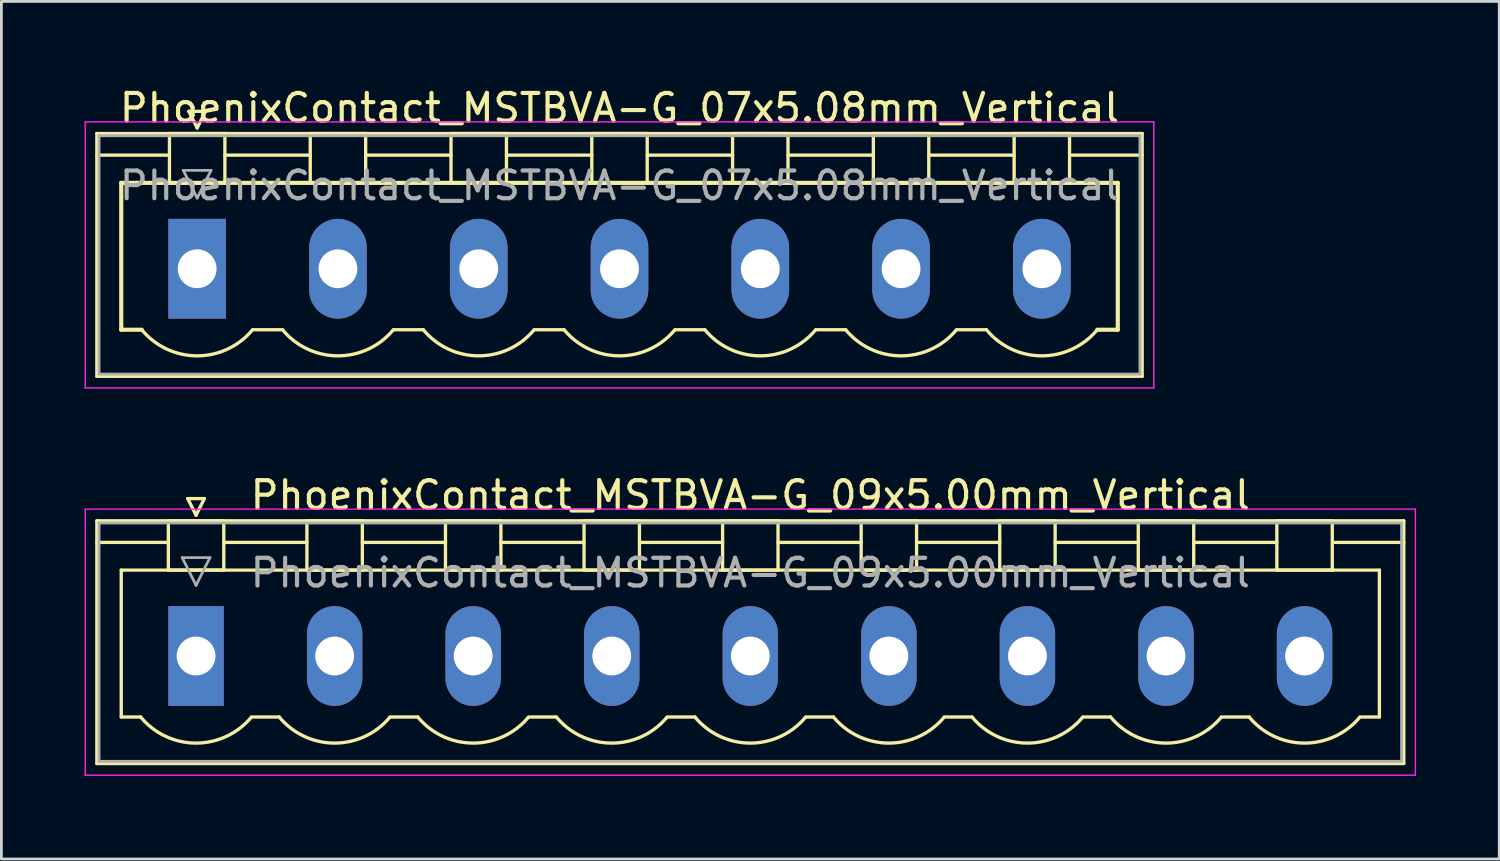
<source format=kicad_pcb>
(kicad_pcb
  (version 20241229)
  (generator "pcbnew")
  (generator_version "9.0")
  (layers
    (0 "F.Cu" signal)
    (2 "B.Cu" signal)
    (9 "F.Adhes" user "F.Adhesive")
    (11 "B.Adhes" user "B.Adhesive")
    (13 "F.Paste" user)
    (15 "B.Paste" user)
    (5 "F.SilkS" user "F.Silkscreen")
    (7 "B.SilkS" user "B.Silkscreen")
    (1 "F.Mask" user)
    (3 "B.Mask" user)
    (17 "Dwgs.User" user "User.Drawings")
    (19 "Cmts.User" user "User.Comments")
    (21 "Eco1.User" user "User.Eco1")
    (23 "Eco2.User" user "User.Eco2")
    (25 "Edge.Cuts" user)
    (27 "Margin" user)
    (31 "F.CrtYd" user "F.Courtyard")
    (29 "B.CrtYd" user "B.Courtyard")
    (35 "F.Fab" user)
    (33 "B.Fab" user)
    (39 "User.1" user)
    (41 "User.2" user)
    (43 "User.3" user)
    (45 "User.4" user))
  (footprint "PhoenixContact_MSTBVA-G_09x5.00mm_Vertical"
    (layer "F.Cu")
    (at 4.025 20.622)
    (property "Reference" "PhoenixContact_MSTBVA-G_09x5.00mm_Vertical" (at 20 -5.8 0) (layer "F.SilkS") (effects (font (size 1 1) (thickness 0.15))))
    (attr through_hole)
    (fp_line (start -3.58 -4.88) (end -3.58 3.88) (stroke (width 0.12) (type solid)) (layer "F.SilkS"))
    (fp_line (start -3.58 -4.1) (end -1.08 -4.1) (stroke (width 0.12) (type solid)) (layer "F.SilkS"))
    (fp_line (start -3.58 3.88) (end 43.58 3.88) (stroke (width 0.12) (type solid)) (layer "F.SilkS"))
    (fp_line (start -2.7 -3.1) (end 42.7 -3.1) (stroke (width 0.12) (type solid)) (layer "F.SilkS"))
    (fp_line (start -2.7 2.2) (end -2.7 -3.1) (stroke (width 0.12) (type solid)) (layer "F.SilkS"))
    (fp_line (start -2 2.2) (end -2.7 2.2) (stroke (width 0.12) (type solid)) (layer "F.SilkS"))
    (fp_line (start -1 -4.88) (end 1 -4.88) (stroke (width 0.12) (type solid)) (layer "F.SilkS"))
    (fp_line (start -1 -3.1) (end -1 -4.88) (stroke (width 0.12) (type solid)) (layer "F.SilkS"))
    (fp_line (start -0.3 -5.68) (end 0.3 -5.68) (stroke (width 0.12) (type solid)) (layer "F.SilkS"))
    (fp_line (start 0 -5.08) (end -0.3 -5.68) (stroke (width 0.12) (type solid)) (layer "F.SilkS"))
    (fp_line (start 0.3 -5.68) (end 0 -5.08) (stroke (width 0.12) (type solid)) (layer "F.SilkS"))
    (fp_line (start 1 -4.88) (end 1 -3.1) (stroke (width 0.12) (type solid)) (layer "F.SilkS"))
    (fp_line (start 1 -4.1) (end 4 -4.1) (stroke (width 0.12) (type solid)) (layer "F.SilkS"))
    (fp_line (start 1 -3.1) (end -1 -3.1) (stroke (width 0.12) (type solid)) (layer "F.SilkS"))
    (fp_line (start 2 2.2) (end 3 2.2) (stroke (width 0.12) (type solid)) (layer "F.SilkS"))
    (fp_line (start 4 -4.88) (end 6 -4.88) (stroke (width 0.12) (type solid)) (layer "F.SilkS"))
    (fp_line (start 4 -3.1) (end 4 -4.88) (stroke (width 0.12) (type solid)) (layer "F.SilkS"))
    (fp_line (start 6 -4.88) (end 6 -3.1) (stroke (width 0.12) (type solid)) (layer "F.SilkS"))
    (fp_line (start 6 -4.1) (end 9 -4.1) (stroke (width 0.12) (type solid)) (layer "F.SilkS"))
    (fp_line (start 6 -3.1) (end 4 -3.1) (stroke (width 0.12) (type solid)) (layer "F.SilkS"))
    (fp_line (start 7 2.2) (end 8 2.2) (stroke (width 0.12) (type solid)) (layer "F.SilkS"))
    (fp_line (start 9 -4.88) (end 11 -4.88) (stroke (width 0.12) (type solid)) (layer "F.SilkS"))
    (fp_line (start 9 -3.1) (end 9 -4.88) (stroke (width 0.12) (type solid)) (layer "F.SilkS"))
    (fp_line (start 11 -4.88) (end 11 -3.1) (stroke (width 0.12) (type solid)) (layer "F.SilkS"))
    (fp_line (start 11 -4.1) (end 14 -4.1) (stroke (width 0.12) (type solid)) (layer "F.SilkS"))
    (fp_line (start 11 -3.1) (end 9 -3.1) (stroke (width 0.12) (type solid)) (layer "F.SilkS"))
    (fp_line (start 12 2.2) (end 13 2.2) (stroke (width 0.12) (type solid)) (layer "F.SilkS"))
    (fp_line (start 14 -4.88) (end 16 -4.88) (stroke (width 0.12) (type solid)) (layer "F.SilkS"))
    (fp_line (start 14 -3.1) (end 14 -4.88) (stroke (width 0.12) (type solid)) (layer "F.SilkS"))
    (fp_line (start 16 -4.88) (end 16 -3.1) (stroke (width 0.12) (type solid)) (layer "F.SilkS"))
    (fp_line (start 16 -4.1) (end 19 -4.1) (stroke (width 0.12) (type solid)) (layer "F.SilkS"))
    (fp_line (start 16 -3.1) (end 14 -3.1) (stroke (width 0.12) (type solid)) (layer "F.SilkS"))
    (fp_line (start 17 2.2) (end 18 2.2) (stroke (width 0.12) (type solid)) (layer "F.SilkS"))
    (fp_line (start 19 -4.88) (end 21 -4.88) (stroke (width 0.12) (type solid)) (layer "F.SilkS"))
    (fp_line (start 19 -3.1) (end 19 -4.88) (stroke (width 0.12) (type solid)) (layer "F.SilkS"))
    (fp_line (start 21 -4.88) (end 21 -3.1) (stroke (width 0.12) (type solid)) (layer "F.SilkS"))
    (fp_line (start 21 -4.1) (end 24 -4.1) (stroke (width 0.12) (type solid)) (layer "F.SilkS"))
    (fp_line (start 21 -3.1) (end 19 -3.1) (stroke (width 0.12) (type solid)) (layer "F.SilkS"))
    (fp_line (start 22 2.2) (end 23 2.2) (stroke (width 0.12) (type solid)) (layer "F.SilkS"))
    (fp_line (start 24 -4.88) (end 26 -4.88) (stroke (width 0.12) (type solid)) (layer "F.SilkS"))
    (fp_line (start 24 -3.1) (end 24 -4.88) (stroke (width 0.12) (type solid)) (layer "F.SilkS"))
    (fp_line (start 26 -4.88) (end 26 -3.1) (stroke (width 0.12) (type solid)) (layer "F.SilkS"))
    (fp_line (start 26 -4.1) (end 29 -4.1) (stroke (width 0.12) (type solid)) (layer "F.SilkS"))
    (fp_line (start 26 -3.1) (end 24 -3.1) (stroke (width 0.12) (type solid)) (layer "F.SilkS"))
    (fp_line (start 27 2.2) (end 28 2.2) (stroke (width 0.12) (type solid)) (layer "F.SilkS"))
    (fp_line (start 29 -4.88) (end 31 -4.88) (stroke (width 0.12) (type solid)) (layer "F.SilkS"))
    (fp_line (start 29 -3.1) (end 29 -4.88) (stroke (width 0.12) (type solid)) (layer "F.SilkS"))
    (fp_line (start 31 -4.88) (end 31 -3.1) (stroke (width 0.12) (type solid)) (layer "F.SilkS"))
    (fp_line (start 31 -4.1) (end 34 -4.1) (stroke (width 0.12) (type solid)) (layer "F.SilkS"))
    (fp_line (start 31 -3.1) (end 29 -3.1) (stroke (width 0.12) (type solid)) (layer "F.SilkS"))
    (fp_line (start 32 2.2) (end 33 2.2) (stroke (width 0.12) (type solid)) (layer "F.SilkS"))
    (fp_line (start 34 -4.88) (end 36 -4.88) (stroke (width 0.12) (type solid)) (layer "F.SilkS"))
    (fp_line (start 34 -3.1) (end 34 -4.88) (stroke (width 0.12) (type solid)) (layer "F.SilkS"))
    (fp_line (start 36 -4.88) (end 36 -3.1) (stroke (width 0.12) (type solid)) (layer "F.SilkS"))
    (fp_line (start 36 -4.1) (end 39 -4.1) (stroke (width 0.12) (type solid)) (layer "F.SilkS"))
    (fp_line (start 36 -3.1) (end 34 -3.1) (stroke (width 0.12) (type solid)) (layer "F.SilkS"))
    (fp_line (start 37 2.2) (end 38 2.2) (stroke (width 0.12) (type solid)) (layer "F.SilkS"))
    (fp_line (start 39 -4.88) (end 41 -4.88) (stroke (width 0.12) (type solid)) (layer "F.SilkS"))
    (fp_line (start 39 -3.1) (end 39 -4.88) (stroke (width 0.12) (type solid)) (layer "F.SilkS"))
    (fp_line (start 41 -4.88) (end 41 -3.1) (stroke (width 0.12) (type solid)) (layer "F.SilkS"))
    (fp_line (start 41 -3.1) (end 39 -3.1) (stroke (width 0.12) (type solid)) (layer "F.SilkS"))
    (fp_line (start 42.7 -3.1) (end 42.7 2.2) (stroke (width 0.12) (type solid)) (layer "F.SilkS"))
    (fp_line (start 42.7 2.2) (end 42 2.2) (stroke (width 0.12) (type solid)) (layer "F.SilkS"))
    (fp_line (start 43.58 -4.88) (end -3.58 -4.88) (stroke (width 0.12) (type solid)) (layer "F.SilkS"))
    (fp_line (start 43.58 -4.1) (end 41.08 -4.1) (stroke (width 0.12) (type solid)) (layer "F.SilkS"))
    (fp_line (start 43.58 3.88) (end 43.58 -4.88) (stroke (width 0.12) (type solid)) (layer "F.SilkS"))
    (fp_arc (start 1.986842 2.215821) (mid -0.010289 3.142758) (end -2 2.2) (stroke (width 0.12) (type solid)) (layer "F.SilkS"))
    (fp_arc (start 6.986842 2.215821) (mid 4.989711 3.142758) (end 3 2.2) (stroke (width 0.12) (type solid)) (layer "F.SilkS"))
    (fp_arc (start 11.986842 2.215821) (mid 9.989711 3.142758) (end 8 2.2) (stroke (width 0.12) (type solid)) (layer "F.SilkS"))
    (fp_arc (start 16.986842 2.215821) (mid 14.989711 3.142758) (end 13 2.2) (stroke (width 0.12) (type solid)) (layer "F.SilkS"))
    (fp_arc (start 21.986842 2.215821) (mid 19.989711 3.142758) (end 18 2.2) (stroke (width 0.12) (type solid)) (layer "F.SilkS"))
    (fp_arc (start 26.986842 2.215821) (mid 24.989711 3.142758) (end 23 2.2) (stroke (width 0.12) (type solid)) (layer "F.SilkS"))
    (fp_arc (start 31.986842 2.215821) (mid 29.989711 3.142758) (end 28 2.2) (stroke (width 0.12) (type solid)) (layer "F.SilkS"))
    (fp_arc (start 36.986842 2.215821) (mid 34.989711 3.142758) (end 33 2.2) (stroke (width 0.12) (type solid)) (layer "F.SilkS"))
    (fp_arc (start 41.986842 2.215821) (mid 39.989711 3.142758) (end 38 2.2) (stroke (width 0.12) (type solid)) (layer "F.SilkS"))
    (fp_line (start -4 -5.3) (end -4 4.3) (stroke (width 0.05) (type solid)) (layer "F.CrtYd"))
    (fp_line (start -4 4.3) (end 44 4.3) (stroke (width 0.05) (type solid)) (layer "F.CrtYd"))
    (fp_line (start 44 -5.3) (end -4 -5.3) (stroke (width 0.05) (type solid)) (layer "F.CrtYd"))
    (fp_line (start 44 4.3) (end 44 -5.3) (stroke (width 0.05) (type solid)) (layer "F.CrtYd"))
    (fp_line (start -3.5 -4.8) (end -3.5 3.8) (stroke (width 0.1) (type solid)) (layer "F.Fab"))
    (fp_line (start -3.5 3.8) (end 43.5 3.8) (stroke (width 0.1) (type solid)) (layer "F.Fab"))
    (fp_line (start -0.5 -3.55) (end 0.5 -3.55) (stroke (width 0.1) (type solid)) (layer "F.Fab"))
    (fp_line (start 0 -2.55) (end -0.5 -3.55) (stroke (width 0.1) (type solid)) (layer "F.Fab"))
    (fp_line (start 0.5 -3.55) (end 0 -2.55) (stroke (width 0.1) (type solid)) (layer "F.Fab"))
    (fp_line (start 43.5 -4.8) (end -3.5 -4.8) (stroke (width 0.1) (type solid)) (layer "F.Fab"))
    (fp_line (start 43.5 3.8) (end 43.5 -4.8) (stroke (width 0.1) (type solid)) (layer "F.Fab"))
    (fp_text user "${REFERENCE}" (at 20 -3 0) (layer "F.Fab") (effects (font (size 1 1) (thickness 0.15))))
    (pad "1" thru_hole rect (at 0 0) (size 2 3.6) (drill 1.4) (layers "*.Cu" "*.Mask"))
    (pad "2" thru_hole oval (at 5 0) (size 2 3.6) (drill 1.4) (layers "*.Cu" "*.Mask"))
    (pad "3" thru_hole oval (at 10 0) (size 2 3.6) (drill 1.4) (layers "*.Cu" "*.Mask"))
    (pad "4" thru_hole oval (at 15 0) (size 2 3.6) (drill 1.4) (layers "*.Cu" "*.Mask"))
    (pad "5" thru_hole oval (at 20 0) (size 2 3.6) (drill 1.4) (layers "*.Cu" "*.Mask"))
    (pad "6" thru_hole oval (at 25 0) (size 2 3.6) (drill 1.4) (layers "*.Cu" "*.Mask"))
    (pad "7" thru_hole oval (at 30 0) (size 2 3.6) (drill 1.4) (layers "*.Cu" "*.Mask"))
    (pad "8" thru_hole oval (at 35 0) (size 2 3.6) (drill 1.4) (layers "*.Cu" "*.Mask"))
    (pad "9" thru_hole oval (at 40 0) (size 2 3.6) (drill 1.4) (layers "*.Cu" "*.Mask")))
  (footprint "PhoenixContact_MSTBVA-G_07x5.08mm_Vertical"
    (layer "F.Cu")
    (at 4.065 6.648)
    (property "Reference" "PhoenixContact_MSTBVA-G_07x5.08mm_Vertical" (at 15.24 -5.8 0) (layer "F.SilkS") (effects (font (size 1 1) (thickness 0.15))))
    (attr through_hole)
    (fp_line (start -3.62 -4.88) (end -3.62 3.88) (stroke (width 0.12) (type solid)) (layer "F.SilkS"))
    (fp_line (start -3.62 -4.1) (end -1.08 -4.1) (stroke (width 0.12) (type solid)) (layer "F.SilkS"))
    (fp_line (start -3.62 3.88) (end 34.1 3.88) (stroke (width 0.12) (type solid)) (layer "F.SilkS"))
    (fp_line (start -2.74 -3.1) (end 33.22 -3.1) (stroke (width 0.15) (type solid)) (layer "F.SilkS"))
    (fp_line (start -2.74 2.2) (end -2.74 -3.1) (stroke (width 0.15) (type solid)) (layer "F.SilkS"))
    (fp_line (start -2 2.2) (end -2.74 2.2) (stroke (width 0.15) (type solid)) (layer "F.SilkS"))
    (fp_line (start -1 -4.88) (end 1 -4.88) (stroke (width 0.12) (type solid)) (layer "F.SilkS"))
    (fp_line (start -1 -3.1) (end -1 -4.88) (stroke (width 0.12) (type solid)) (layer "F.SilkS"))
    (fp_line (start -0.3 -5.68) (end 0.3 -5.68) (stroke (width 0.12) (type solid)) (layer "F.SilkS"))
    (fp_line (start 0 -5.08) (end -0.3 -5.68) (stroke (width 0.12) (type solid)) (layer "F.SilkS"))
    (fp_line (start 0.3 -5.68) (end 0 -5.08) (stroke (width 0.12) (type solid)) (layer "F.SilkS"))
    (fp_line (start 1 -4.88) (end 1 -3.1) (stroke (width 0.12) (type solid)) (layer "F.SilkS"))
    (fp_line (start 1 -4.1) (end 4.08 -4.1) (stroke (width 0.12) (type solid)) (layer "F.SilkS"))
    (fp_line (start 1 -3.1) (end -1 -3.1) (stroke (width 0.12) (type solid)) (layer "F.SilkS"))
    (fp_line (start 2 2.2) (end 3.08 2.2) (stroke (width 0.12) (type solid)) (layer "F.SilkS"))
    (fp_line (start 4.08 -4.88) (end 6.08 -4.88) (stroke (width 0.12) (type solid)) (layer "F.SilkS"))
    (fp_line (start 4.08 -3.1) (end 4.08 -4.88) (stroke (width 0.12) (type solid)) (layer "F.SilkS"))
    (fp_line (start 6.08 -4.88) (end 6.08 -3.1) (stroke (width 0.12) (type solid)) (layer "F.SilkS"))
    (fp_line (start 6.08 -4.1) (end 9.16 -4.1) (stroke (width 0.12) (type solid)) (layer "F.SilkS"))
    (fp_line (start 6.08 -3.1) (end 4.08 -3.1) (stroke (width 0.12) (type solid)) (layer "F.SilkS"))
    (fp_line (start 7.08 2.2) (end 8.16 2.2) (stroke (width 0.12) (type solid)) (layer "F.SilkS"))
    (fp_line (start 9.16 -4.88) (end 11.16 -4.88) (stroke (width 0.12) (type solid)) (layer "F.SilkS"))
    (fp_line (start 9.16 -3.1) (end 9.16 -4.88) (stroke (width 0.12) (type solid)) (layer "F.SilkS"))
    (fp_line (start 11.16 -4.88) (end 11.16 -3.1) (stroke (width 0.12) (type solid)) (layer "F.SilkS"))
    (fp_line (start 11.16 -4.1) (end 14.24 -4.1) (stroke (width 0.12) (type solid)) (layer "F.SilkS"))
    (fp_line (start 11.16 -3.1) (end 9.16 -3.1) (stroke (width 0.12) (type solid)) (layer "F.SilkS"))
    (fp_line (start 12.16 2.2) (end 13.24 2.2) (stroke (width 0.12) (type solid)) (layer "F.SilkS"))
    (fp_line (start 14.24 -4.88) (end 16.24 -4.88) (stroke (width 0.12) (type solid)) (layer "F.SilkS"))
    (fp_line (start 14.24 -3.1) (end 14.24 -4.88) (stroke (width 0.12) (type solid)) (layer "F.SilkS"))
    (fp_line (start 16.24 -4.88) (end 16.24 -3.1) (stroke (width 0.12) (type solid)) (layer "F.SilkS"))
    (fp_line (start 16.24 -4.1) (end 19.32 -4.1) (stroke (width 0.12) (type solid)) (layer "F.SilkS"))
    (fp_line (start 16.24 -3.1) (end 14.24 -3.1) (stroke (width 0.12) (type solid)) (layer "F.SilkS"))
    (fp_line (start 17.24 2.2) (end 18.32 2.2) (stroke (width 0.12) (type solid)) (layer "F.SilkS"))
    (fp_line (start 19.32 -4.88) (end 21.32 -4.88) (stroke (width 0.12) (type solid)) (layer "F.SilkS"))
    (fp_line (start 19.32 -3.1) (end 19.32 -4.88) (stroke (width 0.12) (type solid)) (layer "F.SilkS"))
    (fp_line (start 21.32 -4.88) (end 21.32 -3.1) (stroke (width 0.12) (type solid)) (layer "F.SilkS"))
    (fp_line (start 21.32 -4.1) (end 24.4 -4.1) (stroke (width 0.12) (type solid)) (layer "F.SilkS"))
    (fp_line (start 21.32 -3.1) (end 19.32 -3.1) (stroke (width 0.12) (type solid)) (layer "F.SilkS"))
    (fp_line (start 22.32 2.2) (end 23.4 2.2) (stroke (width 0.12) (type solid)) (layer "F.SilkS"))
    (fp_line (start 24.4 -4.88) (end 26.4 -4.88) (stroke (width 0.12) (type solid)) (layer "F.SilkS"))
    (fp_line (start 24.4 -3.1) (end 24.4 -4.88) (stroke (width 0.12) (type solid)) (layer "F.SilkS"))
    (fp_line (start 26.4 -4.88) (end 26.4 -3.1) (stroke (width 0.12) (type solid)) (layer "F.SilkS"))
    (fp_line (start 26.4 -4.1) (end 29.48 -4.1) (stroke (width 0.12) (type solid)) (layer "F.SilkS"))
    (fp_line (start 26.4 -3.1) (end 24.4 -3.1) (stroke (width 0.12) (type solid)) (layer "F.SilkS"))
    (fp_line (start 27.4 2.2) (end 28.48 2.2) (stroke (width 0.12) (type solid)) (layer "F.SilkS"))
    (fp_line (start 29.48 -4.88) (end 31.48 -4.88) (stroke (width 0.12) (type solid)) (layer "F.SilkS"))
    (fp_line (start 29.48 -3.1) (end 29.48 -4.88) (stroke (width 0.12) (type solid)) (layer "F.SilkS"))
    (fp_line (start 31.48 -4.88) (end 31.48 -3.1) (stroke (width 0.12) (type solid)) (layer "F.SilkS"))
    (fp_line (start 31.48 -3.1) (end 29.48 -3.1) (stroke (width 0.12) (type solid)) (layer "F.SilkS"))
    (fp_line (start 33.22 -3.1) (end 33.22 2.2) (stroke (width 0.15) (type solid)) (layer "F.SilkS"))
    (fp_line (start 33.22 2.2) (end 32.48 2.2) (stroke (width 0.15) (type solid)) (layer "F.SilkS"))
    (fp_line (start 34.1 -4.88) (end -3.62 -4.88) (stroke (width 0.12) (type solid)) (layer "F.SilkS"))
    (fp_line (start 34.1 -4.1) (end 31.56 -4.1) (stroke (width 0.12) (type solid)) (layer "F.SilkS"))
    (fp_line (start 34.1 3.88) (end 34.1 -4.88) (stroke (width 0.12) (type solid)) (layer "F.SilkS"))
    (fp_arc (start 1.986842 2.215821) (mid -0.010289 3.142758) (end -2 2.2) (stroke (width 0.12) (type solid)) (layer "F.SilkS"))
    (fp_arc (start 7.066842 2.215821) (mid 5.069711 3.142758) (end 3.08 2.2) (stroke (width 0.12) (type solid)) (layer "F.SilkS"))
    (fp_arc (start 12.146842 2.215821) (mid 10.149711 3.142758) (end 8.16 2.2) (stroke (width 0.12) (type solid)) (layer "F.SilkS"))
    (fp_arc (start 17.226842 2.215821) (mid 15.229711 3.142758) (end 13.24 2.2) (stroke (width 0.12) (type solid)) (layer "F.SilkS"))
    (fp_arc (start 22.306842 2.215821) (mid 20.309711 3.142758) (end 18.32 2.2) (stroke (width 0.12) (type solid)) (layer "F.SilkS"))
    (fp_arc (start 27.386842 2.215821) (mid 25.389711 3.142758) (end 23.4 2.2) (stroke (width 0.12) (type solid)) (layer "F.SilkS"))
    (fp_arc (start 32.466842 2.215821) (mid 30.469711 3.142758) (end 28.48 2.2) (stroke (width 0.12) (type solid)) (layer "F.SilkS"))
    (fp_line (start -4.04 -5.3) (end -4.04 4.3) (stroke (width 0.05) (type solid)) (layer "F.CrtYd"))
    (fp_line (start -4.04 4.3) (end 34.52 4.3) (stroke (width 0.05) (type solid)) (layer "F.CrtYd"))
    (fp_line (start 34.52 -5.3) (end -4.04 -5.3) (stroke (width 0.05) (type solid)) (layer "F.CrtYd"))
    (fp_line (start 34.52 4.3) (end 34.52 -5.3) (stroke (width 0.05) (type solid)) (layer "F.CrtYd"))
    (fp_line (start -3.54 -4.8) (end -3.54 3.8) (stroke (width 0.1) (type solid)) (layer "F.Fab"))
    (fp_line (start -3.54 3.8) (end 34.02 3.8) (stroke (width 0.1) (type solid)) (layer "F.Fab"))
    (fp_line (start -0.5 -3.55) (end 0.5 -3.55) (stroke (width 0.1) (type solid)) (layer "F.Fab"))
    (fp_line (start 0 -2.55) (end -0.5 -3.55) (stroke (width 0.1) (type solid)) (layer "F.Fab"))
    (fp_line (start 0.5 -3.55) (end 0 -2.55) (stroke (width 0.1) (type solid)) (layer "F.Fab"))
    (fp_line (start 34.02 -4.8) (end -3.54 -4.8) (stroke (width 0.1) (type solid)) (layer "F.Fab"))
    (fp_line (start 34.02 3.8) (end 34.02 -4.8) (stroke (width 0.1) (type solid)) (layer "F.Fab"))
    (fp_text user "${REFERENCE}" (at 15.24 -3 0) (layer "F.Fab") (effects (font (size 1 1) (thickness 0.15))))
    (pad "1" thru_hole rect (at 0 0) (size 2.08 3.6) (drill 1.4) (layers "*.Cu" "*.Mask"))
    (pad "2" thru_hole oval (at 5.08 0) (size 2.08 3.6) (drill 1.4) (layers "*.Cu" "*.Mask"))
    (pad "3" thru_hole oval (at 10.16 0) (size 2.08 3.6) (drill 1.4) (layers "*.Cu" "*.Mask"))
    (pad "4" thru_hole oval (at 15.24 0) (size 2.08 3.6) (drill 1.4) (layers "*.Cu" "*.Mask"))
    (pad "5" thru_hole oval (at 20.32 0) (size 2.08 3.6) (drill 1.4) (layers "*.Cu" "*.Mask"))
    (pad "6" thru_hole oval (at 25.4 0) (size 2.08 3.6) (drill 1.4) (layers "*.Cu" "*.Mask"))
    (pad "7" thru_hole oval (at 30.48 0) (size 2.08 3.6) (drill 1.4) (layers "*.Cu" "*.Mask")))
  (gr_rect
    (start -3 -3)
    (end 51.05 27.947)
    (stroke (width 0.1) (type default))
    (fill no)
    (layer "Edge.Cuts")))
</source>
